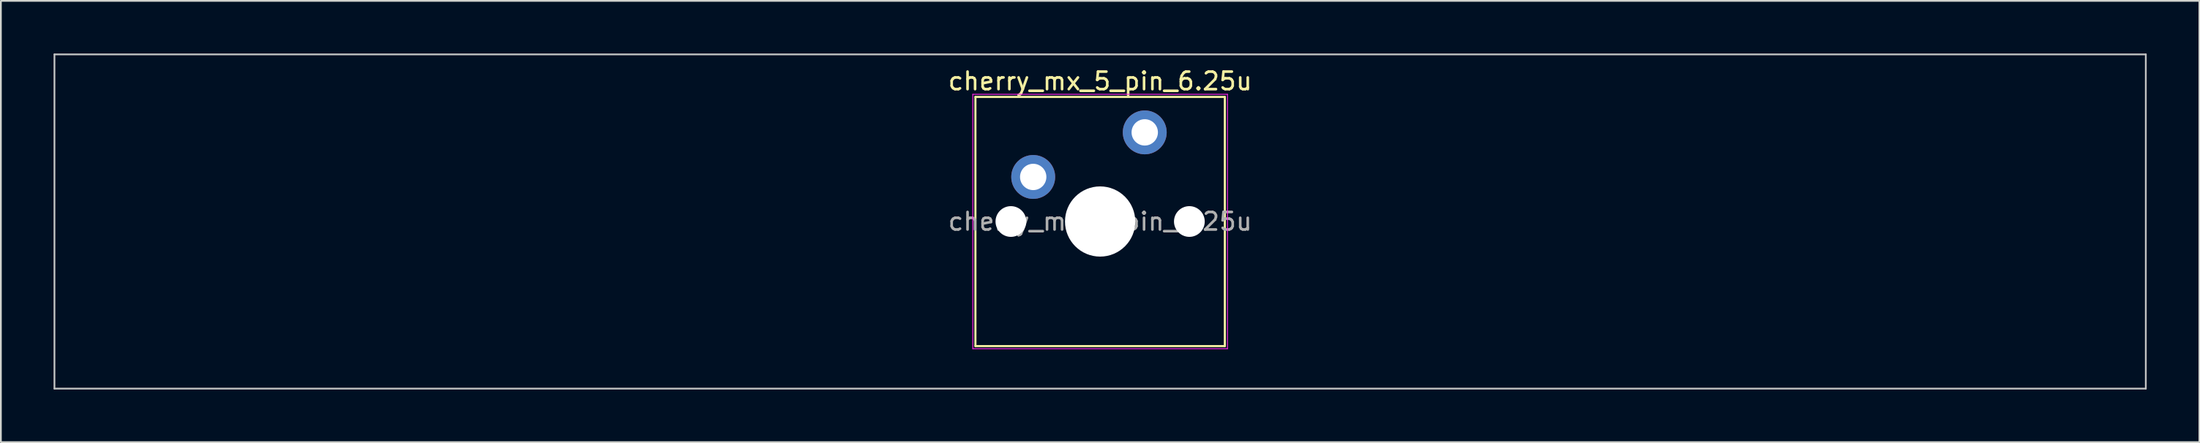
<source format=kicad_pcb>
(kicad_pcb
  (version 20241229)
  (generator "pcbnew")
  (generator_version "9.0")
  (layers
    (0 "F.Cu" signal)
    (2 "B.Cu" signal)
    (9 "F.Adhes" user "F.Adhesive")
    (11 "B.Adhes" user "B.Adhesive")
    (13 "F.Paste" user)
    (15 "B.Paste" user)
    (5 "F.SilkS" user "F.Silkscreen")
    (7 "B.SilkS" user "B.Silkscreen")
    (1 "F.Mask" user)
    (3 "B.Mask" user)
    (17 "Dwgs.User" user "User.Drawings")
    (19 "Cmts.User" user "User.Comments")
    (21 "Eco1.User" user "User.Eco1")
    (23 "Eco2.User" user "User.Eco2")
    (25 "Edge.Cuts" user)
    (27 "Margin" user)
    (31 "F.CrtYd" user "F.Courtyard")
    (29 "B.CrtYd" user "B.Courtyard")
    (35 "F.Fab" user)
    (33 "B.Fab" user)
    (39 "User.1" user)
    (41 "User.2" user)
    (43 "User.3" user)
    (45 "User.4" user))
  (footprint "cherry_mx_5_pin_6.25u"
    (layer "F.Cu")
    (at 59.581 9.575)
    (property "Reference" "cherry_mx_5_pin_6.25u" (at 0 -8 0) (layer "F.SilkS") (effects (font (size 1 1) (thickness 0.15))))
    (fp_line (start -7.1 -7.1) (end -7.1 7.1) (stroke (width 0.12) (type solid)) (layer "F.SilkS"))
    (fp_line (start -7.1 7.1) (end 7.1 7.1) (stroke (width 0.12) (type solid)) (layer "F.SilkS"))
    (fp_line (start 7.1 -7.1) (end -7.1 -7.1) (stroke (width 0.12) (type solid)) (layer "F.SilkS"))
    (fp_line (start 7.1 7.1) (end 7.1 -7.1) (stroke (width 0.12) (type solid)) (layer "F.SilkS"))
    (fp_line (start -59.531 -9.525) (end -59.531 9.525) (stroke (width 0.1) (type solid)) (layer "Dwgs.User"))
    (fp_line (start -59.531 9.525) (end 59.531 9.525) (stroke (width 0.1) (type solid)) (layer "Dwgs.User"))
    (fp_line (start 59.531 -9.525) (end -59.531 -9.525) (stroke (width 0.1) (type solid)) (layer "Dwgs.User"))
    (fp_line (start 59.531 9.525) (end 59.531 -9.525) (stroke (width 0.1) (type solid)) (layer "Dwgs.User"))
    (fp_line (start -54.2 -2.6) (end -54.2 -0.2) (stroke (width 0.1) (type solid)) (layer "Eco2.User"))
    (fp_line (start -54 -2.8) (end -53.5 -2.8) (stroke (width 0.1) (type solid)) (layer "Eco2.User"))
    (fp_line (start -54 0) (end -53.5 0) (stroke (width 0.1) (type solid)) (layer "Eco2.User"))
    (fp_line (start -53.5 -5.5) (end -53.5 -2.8) (stroke (width 0.1) (type solid)) (layer "Eco2.User"))
    (fp_line (start -53.5 0) (end -53.5 6) (stroke (width 0.1) (type solid)) (layer "Eco2.User"))
    (fp_line (start -53 -6) (end -47.25 -6) (stroke (width 0.1) (type solid)) (layer "Eco2.User"))
    (fp_line (start -53 6.5) (end -52.275 6.5) (stroke (width 0.1) (type solid)) (layer "Eco2.User"))
    (fp_line (start -51.275 7.5) (end -48.975 7.5) (stroke (width 0.1) (type solid)) (layer "Eco2.User"))
    (fp_line (start -47.975 6.5) (end -47.25 6.5) (stroke (width 0.1) (type solid)) (layer "Eco2.User"))
    (fp_line (start -46.75 6) (end -46.75 5.5) (stroke (width 0.1) (type solid)) (layer "Eco2.User"))
    (fp_line (start -46.25 -5) (end -7.5 -5) (stroke (width 0.1) (type solid)) (layer "Eco2.User"))
    (fp_line (start -46.25 5) (end -7.5 5) (stroke (width 0.1) (type solid)) (layer "Eco2.User"))
    (fp_line (start -7 -6.5) (end -7 -5.5) (stroke (width 0.1) (type solid)) (layer "Eco2.User"))
    (fp_line (start -7 5.5) (end -7 6.5) (stroke (width 0.1) (type solid)) (layer "Eco2.User"))
    (fp_line (start -6.5 -7) (end 6.5 -7) (stroke (width 0.1) (type solid)) (layer "Eco2.User"))
    (fp_line (start -6.5 7) (end 6.5 7) (stroke (width 0.1) (type solid)) (layer "Eco2.User"))
    (fp_line (start 7 5.5) (end 7 6.5) (stroke (width 0.1) (type solid)) (layer "Eco2.User"))
    (fp_line (start 7 -6.5) (end 7 -5.5) (stroke (width 0.1) (type solid)) (layer "Eco2.User"))
    (fp_line (start 7.5 5) (end 46.25 5) (stroke (width 0.1) (type solid)) (layer "Eco2.User"))
    (fp_line (start 7.5 -5) (end 46.25 -5) (stroke (width 0.1) (type solid)) (layer "Eco2.User"))
    (fp_line (start 46.75 5.5) (end 46.75 6) (stroke (width 0.1) (type solid)) (layer "Eco2.User"))
    (fp_line (start 47.975 6.5) (end 47.25 6.5) (stroke (width 0.1) (type solid)) (layer "Eco2.User"))
    (fp_line (start 51.275 7.5) (end 48.975 7.5) (stroke (width 0.1) (type solid)) (layer "Eco2.User"))
    (fp_line (start 53 -6) (end 47.25 -6) (stroke (width 0.1) (type solid)) (layer "Eco2.User"))
    (fp_line (start 53 6.5) (end 52.275 6.5) (stroke (width 0.1) (type solid)) (layer "Eco2.User"))
    (fp_line (start 53.5 -5.5) (end 53.5 -2.8) (stroke (width 0.1) (type solid)) (layer "Eco2.User"))
    (fp_line (start 53.5 0) (end 53.5 6) (stroke (width 0.1) (type solid)) (layer "Eco2.User"))
    (fp_line (start 54 -2.8) (end 53.5 -2.8) (stroke (width 0.1) (type solid)) (layer "Eco2.User"))
    (fp_line (start 54 0) (end 53.5 0) (stroke (width 0.1) (type solid)) (layer "Eco2.User"))
    (fp_line (start 54.2 -2.6) (end 54.2 -0.2) (stroke (width 0.1) (type solid)) (layer "Eco2.User"))
    (fp_arc (start -54.2 -2.6) (mid -54.141421 -2.741421) (end -54 -2.8) (stroke (width 0.1) (type solid)) (layer "Eco2.User"))
    (fp_arc (start -54 0) (mid -54.141421 -0.058579) (end -54.2 -0.2) (stroke (width 0.1) (type solid)) (layer "Eco2.User"))
    (fp_arc (start -53.5 -5.5) (mid -53.353553 -5.853553) (end -53 -6) (stroke (width 0.1) (type solid)) (layer "Eco2.User"))
    (fp_arc (start -53 6.5) (mid -53.353553 6.353553) (end -53.5 6) (stroke (width 0.1) (type solid)) (layer "Eco2.User"))
    (fp_arc (start -52.275 6.5) (mid -51.921447 6.646447) (end -51.775 7) (stroke (width 0.1) (type solid)) (layer "Eco2.User"))
    (fp_arc (start -51.275 7.5) (mid -51.628553 7.353553) (end -51.775 7) (stroke (width 0.1) (type solid)) (layer "Eco2.User"))
    (fp_arc (start -48.475 7) (mid -48.621447 7.353553) (end -48.975 7.5) (stroke (width 0.1) (type solid)) (layer "Eco2.User"))
    (fp_arc (start -48.475 7) (mid -48.328553 6.646447) (end -47.975 6.5) (stroke (width 0.1) (type solid)) (layer "Eco2.User"))
    (fp_arc (start -47.25 -6) (mid -46.896447 -5.853553) (end -46.75 -5.5) (stroke (width 0.1) (type solid)) (layer "Eco2.User"))
    (fp_arc (start -46.75 5.5) (mid -46.603553 5.146447) (end -46.25 5) (stroke (width 0.1) (type solid)) (layer "Eco2.User"))
    (fp_arc (start -46.75 6) (mid -46.896447 6.353553) (end -47.25 6.5) (stroke (width 0.1) (type solid)) (layer "Eco2.User"))
    (fp_arc (start -46.25 -5) (mid -46.603553 -5.146447) (end -46.75 -5.5) (stroke (width 0.1) (type solid)) (layer "Eco2.User"))
    (fp_arc (start -7.5 5) (mid -7.146447 5.146447) (end -7 5.5) (stroke (width 0.1) (type solid)) (layer "Eco2.User"))
    (fp_arc (start -7 -6.5) (mid -6.853553 -6.853553) (end -6.5 -7) (stroke (width 0.1) (type solid)) (layer "Eco2.User"))
    (fp_arc (start -7 -5.5) (mid -7.146447 -5.146447) (end -7.5 -5) (stroke (width 0.1) (type solid)) (layer "Eco2.User"))
    (fp_arc (start -6.5 7) (mid -6.853553 6.853553) (end -7 6.5) (stroke (width 0.1) (type solid)) (layer "Eco2.User"))
    (fp_arc (start 6.5 -7) (mid 6.853553 -6.853553) (end 7 -6.5) (stroke (width 0.1) (type solid)) (layer "Eco2.User"))
    (fp_arc (start 6.999672 5.500007) (mid 7.146109 5.146444) (end 7.499672 5.000007) (stroke (width 0.1) (type solid)) (layer "Eco2.User"))
    (fp_arc (start 6.999672 6.500007) (mid 6.853216 6.853551) (end 6.499672 7.000007) (stroke (width 0.1) (type solid)) (layer "Eco2.User"))
    (fp_arc (start 7.5 -5) (mid 7.146446 -5.146447) (end 7 -5.5) (stroke (width 0.1) (type solid)) (layer "Eco2.User"))
    (fp_arc (start 46.25 5) (mid 46.603553 5.146447) (end 46.75 5.5) (stroke (width 0.1) (type solid)) (layer "Eco2.User"))
    (fp_arc (start 46.75 -5.5) (mid 46.603553 -5.146447) (end 46.25 -5) (stroke (width 0.1) (type solid)) (layer "Eco2.User"))
    (fp_arc (start 46.75 -5.5) (mid 46.896447 -5.853553) (end 47.25 -6) (stroke (width 0.1) (type solid)) (layer "Eco2.User"))
    (fp_arc (start 47.25 6.5) (mid 46.896447 6.353553) (end 46.75 6) (stroke (width 0.1) (type solid)) (layer "Eco2.User"))
    (fp_arc (start 47.975 6.5) (mid 48.328553 6.646447) (end 48.475 7) (stroke (width 0.1) (type solid)) (layer "Eco2.User"))
    (fp_arc (start 48.975 7.5) (mid 48.621447 7.353553) (end 48.475 7) (stroke (width 0.1) (type solid)) (layer "Eco2.User"))
    (fp_arc (start 51.775 7) (mid 51.628553 7.353553) (end 51.275 7.5) (stroke (width 0.1) (type solid)) (layer "Eco2.User"))
    (fp_arc (start 51.775 7) (mid 51.921447 6.646447) (end 52.275 6.5) (stroke (width 0.1) (type solid)) (layer "Eco2.User"))
    (fp_arc (start 53 -6) (mid 53.353553 -5.853553) (end 53.5 -5.5) (stroke (width 0.1) (type solid)) (layer "Eco2.User"))
    (fp_arc (start 53.5 6) (mid 53.353553 6.353553) (end 53 6.5) (stroke (width 0.1) (type solid)) (layer "Eco2.User"))
    (fp_arc (start 54 -2.8) (mid 54.141421 -2.741421) (end 54.2 -2.6) (stroke (width 0.1) (type solid)) (layer "Eco2.User"))
    (fp_arc (start 54.2 -0.2) (mid 54.141421 -0.058579) (end 54 0) (stroke (width 0.1) (type solid)) (layer "Eco2.User"))
    (fp_line (start -7.25 -7.25) (end -7.25 7.25) (stroke (width 0.05) (type solid)) (layer "F.CrtYd"))
    (fp_line (start -7.25 7.25) (end 7.25 7.25) (stroke (width 0.05) (type solid)) (layer "F.CrtYd"))
    (fp_line (start 7.25 -7.25) (end -7.25 -7.25) (stroke (width 0.05) (type solid)) (layer "F.CrtYd"))
    (fp_line (start 7.25 7.25) (end 7.25 -7.25) (stroke (width 0.05) (type solid)) (layer "F.CrtYd"))
    (fp_text user "${REFERENCE}" (at 0 0 0) (layer "F.Fab") (effects (font (size 1 1) (thickness 0.15))))
    (pad "" np_thru_hole circle (at -5.08 0) (size 1.75 1.75) (drill 1.75) (layers "*.Cu" "*.Mask"))
    (pad "" smd circle (at -3.81 -2.54) (size 1.55 1.55) (layers "F.Mask"))
    (pad "" np_thru_hole circle (at 0 0) (size 4 4) (drill 4) (layers "*.Cu" "*.Mask"))
    (pad "" smd circle (at 2.54 -5.08) (size 1.55 1.55) (layers "F.Mask"))
    (pad "" np_thru_hole circle (at 5.08 0) (size 1.75 1.75) (drill 1.75) (layers "*.Cu" "*.Mask"))
    (pad "1" thru_hole circle (at -3.81 -2.54) (size 2.5 2.5) (drill 1.5) (layers "*.Cu" "B.Mask"))
    (pad "2" thru_hole circle (at 2.54 -5.08) (size 2.5 2.5) (drill 1.5) (layers "*.Cu" "B.Mask")))
  (gr_rect
    (start -3 -3)
    (end 122.162 22.15)
    (stroke (width 0.1) (type default))
    (fill no)
    (layer "Edge.Cuts")))
</source>
